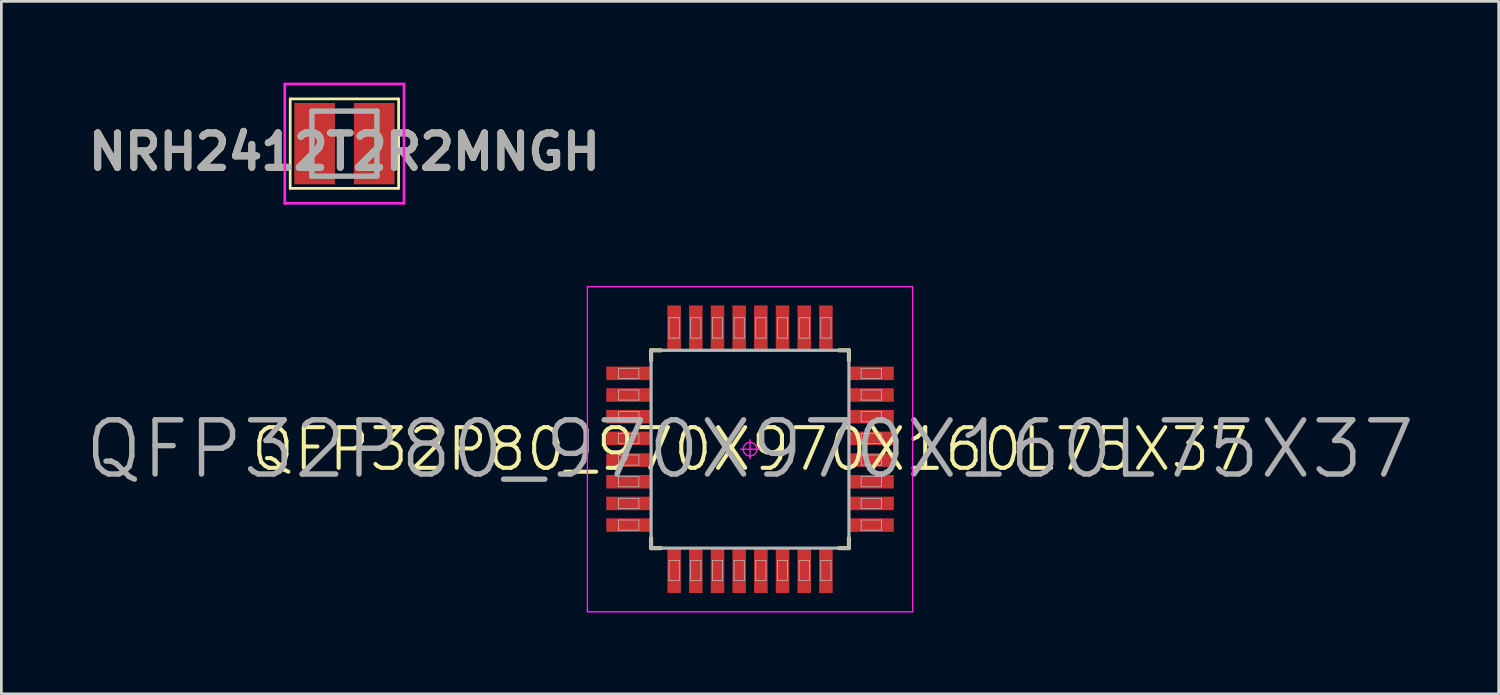
<source format=kicad_pcb>
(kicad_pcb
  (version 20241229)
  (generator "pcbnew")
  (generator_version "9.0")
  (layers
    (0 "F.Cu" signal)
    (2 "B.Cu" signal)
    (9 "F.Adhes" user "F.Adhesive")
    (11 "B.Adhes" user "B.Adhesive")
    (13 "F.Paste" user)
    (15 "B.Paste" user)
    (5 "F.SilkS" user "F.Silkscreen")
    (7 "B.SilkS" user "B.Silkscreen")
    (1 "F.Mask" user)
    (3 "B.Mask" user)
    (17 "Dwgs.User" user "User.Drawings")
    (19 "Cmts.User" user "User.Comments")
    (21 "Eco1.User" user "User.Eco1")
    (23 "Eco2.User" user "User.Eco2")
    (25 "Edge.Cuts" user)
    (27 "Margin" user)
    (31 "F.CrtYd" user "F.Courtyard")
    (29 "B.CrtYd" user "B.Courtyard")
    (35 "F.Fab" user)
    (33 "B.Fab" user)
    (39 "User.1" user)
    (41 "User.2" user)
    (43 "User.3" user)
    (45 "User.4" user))
  (footprint "NRH2412T2R2MNGH"
    (layer "F.Cu")
    (at 9.658 2.25)
    (property "Reference" "NRH2412T2R2MNGH" (at 0 0.3 0) (layer "F.SilkS") (effects (font (size 1.27 1.27) (thickness 0.254))))
    (attr smd)
    (fp_line (start -2 -1.65) (end 2 -1.65) (stroke (width 0.1) (type solid)) (layer "F.SilkS"))
    (fp_line (start -2 1.65) (end -2 -1.65) (stroke (width 0.1) (type solid)) (layer "F.SilkS"))
    (fp_line (start 2 -1.65) (end 2 1.65) (stroke (width 0.1) (type solid)) (layer "F.SilkS"))
    (fp_line (start 2 1.65) (end -2 1.65) (stroke (width 0.1) (type solid)) (layer "F.SilkS"))
    (fp_line (start -2.2 -2.2) (end 2.2 -2.2) (stroke (width 0.1) (type solid)) (layer "F.CrtYd"))
    (fp_line (start -2.2 2.2) (end -2.2 -2.2) (stroke (width 0.1) (type solid)) (layer "F.CrtYd"))
    (fp_line (start 2.2 -2.2) (end 2.2 2.2) (stroke (width 0.1) (type solid)) (layer "F.CrtYd"))
    (fp_line (start 2.2 2.2) (end -2.2 2.2) (stroke (width 0.1) (type solid)) (layer "F.CrtYd"))
    (fp_line (start -1.2 -1.2) (end 1.2 -1.2) (stroke (width 0.2) (type solid)) (layer "F.Fab"))
    (fp_line (start -1.2 1.2) (end -1.2 -1.2) (stroke (width 0.2) (type solid)) (layer "F.Fab"))
    (fp_line (start 1.2 -1.2) (end 1.2 1.2) (stroke (width 0.2) (type solid)) (layer "F.Fab"))
    (fp_line (start 1.2 1.2) (end -1.2 1.2) (stroke (width 0.2) (type solid)) (layer "F.Fab"))
    (fp_text user "${REFERENCE}" (at 0 0.3 0) (layer "F.Fab") (effects (font (size 1.27 1.27) (thickness 0.254))))
    (pad "1" smd rect (at -1.1 0) (size 1.5 3) (layers "F.Cu" "F.Mask" "F.Paste"))
    (pad "2" smd rect (at 1.1 0) (size 1.5 3) (layers "F.Cu" "F.Mask" "F.Paste")))
  (footprint "QFP32P80_970X970X160L75X37"
    (layer "F.Cu")
    (at 24.624 13.525)
    (property "Reference" "QFP32P80_970X970X160L75X37" (at 0 0 0) (layer "F.SilkS") (effects (font (size 1.5 1.5) (thickness 0.15))))
    (attr smd)
    (fp_line (start -3.65 -3.65) (end -3.28 -3.65) (stroke (width 0.15) (type solid)) (layer "F.SilkS"))
    (fp_line (start -3.65 -3.28) (end -3.65 -3.65) (stroke (width 0.15) (type solid)) (layer "F.SilkS"))
    (fp_line (start -3.65 3.28) (end -3.65 3.65) (stroke (width 0.15) (type solid)) (layer "F.SilkS"))
    (fp_line (start -3.65 3.65) (end -3.28 3.65) (stroke (width 0.15) (type solid)) (layer "F.SilkS"))
    (fp_line (start 3.65 -3.65) (end 3.28 -3.65) (stroke (width 0.15) (type solid)) (layer "F.SilkS"))
    (fp_line (start 3.65 -3.28) (end 3.65 -3.65) (stroke (width 0.15) (type solid)) (layer "F.SilkS"))
    (fp_line (start 3.65 3.28) (end 3.65 3.65) (stroke (width 0.15) (type solid)) (layer "F.SilkS"))
    (fp_line (start 3.65 3.65) (end 3.28 3.65) (stroke (width 0.15) (type solid)) (layer "F.SilkS"))
    (fp_line (start -4.85 -2.987) (end -4.1 -2.987) (stroke (width 0.025) (type solid)) (layer "Dwgs.User"))
    (fp_line (start -4.85 -2.612) (end -4.85 -2.987) (stroke (width 0.025) (type solid)) (layer "Dwgs.User"))
    (fp_line (start -4.85 -2.188) (end -4.1 -2.188) (stroke (width 0.025) (type solid)) (layer "Dwgs.User"))
    (fp_line (start -4.85 -1.812) (end -4.85 -2.188) (stroke (width 0.025) (type solid)) (layer "Dwgs.User"))
    (fp_line (start -4.85 -1.387) (end -4.1 -1.387) (stroke (width 0.025) (type solid)) (layer "Dwgs.User"))
    (fp_line (start -4.85 -1.012) (end -4.85 -1.387) (stroke (width 0.025) (type solid)) (layer "Dwgs.User"))
    (fp_line (start -4.85 -0.588) (end -4.1 -0.588) (stroke (width 0.025) (type solid)) (layer "Dwgs.User"))
    (fp_line (start -4.85 -0.212) (end -4.85 -0.588) (stroke (width 0.025) (type solid)) (layer "Dwgs.User"))
    (fp_line (start -4.85 0.212) (end -4.1 0.212) (stroke (width 0.025) (type solid)) (layer "Dwgs.User"))
    (fp_line (start -4.85 0.588) (end -4.85 0.212) (stroke (width 0.025) (type solid)) (layer "Dwgs.User"))
    (fp_line (start -4.85 1.012) (end -4.1 1.012) (stroke (width 0.025) (type solid)) (layer "Dwgs.User"))
    (fp_line (start -4.85 1.387) (end -4.85 1.012) (stroke (width 0.025) (type solid)) (layer "Dwgs.User"))
    (fp_line (start -4.85 1.812) (end -4.1 1.812) (stroke (width 0.025) (type solid)) (layer "Dwgs.User"))
    (fp_line (start -4.85 2.188) (end -4.85 1.812) (stroke (width 0.025) (type solid)) (layer "Dwgs.User"))
    (fp_line (start -4.85 2.612) (end -4.1 2.612) (stroke (width 0.025) (type solid)) (layer "Dwgs.User"))
    (fp_line (start -4.85 2.987) (end -4.85 2.612) (stroke (width 0.025) (type solid)) (layer "Dwgs.User"))
    (fp_line (start -4.1 -2.987) (end -4.1 -2.612) (stroke (width 0.025) (type solid)) (layer "Dwgs.User"))
    (fp_line (start -4.1 -2.612) (end -4.85 -2.612) (stroke (width 0.025) (type solid)) (layer "Dwgs.User"))
    (fp_line (start -4.1 -2.188) (end -4.1 -1.812) (stroke (width 0.025) (type solid)) (layer "Dwgs.User"))
    (fp_line (start -4.1 -1.812) (end -4.85 -1.812) (stroke (width 0.025) (type solid)) (layer "Dwgs.User"))
    (fp_line (start -4.1 -1.387) (end -4.1 -1.012) (stroke (width 0.025) (type solid)) (layer "Dwgs.User"))
    (fp_line (start -4.1 -1.012) (end -4.85 -1.012) (stroke (width 0.025) (type solid)) (layer "Dwgs.User"))
    (fp_line (start -4.1 -0.588) (end -4.1 -0.212) (stroke (width 0.025) (type solid)) (layer "Dwgs.User"))
    (fp_line (start -4.1 -0.212) (end -4.85 -0.212) (stroke (width 0.025) (type solid)) (layer "Dwgs.User"))
    (fp_line (start -4.1 0.212) (end -4.1 0.588) (stroke (width 0.025) (type solid)) (layer "Dwgs.User"))
    (fp_line (start -4.1 0.588) (end -4.85 0.588) (stroke (width 0.025) (type solid)) (layer "Dwgs.User"))
    (fp_line (start -4.1 1.012) (end -4.1 1.387) (stroke (width 0.025) (type solid)) (layer "Dwgs.User"))
    (fp_line (start -4.1 1.387) (end -4.85 1.387) (stroke (width 0.025) (type solid)) (layer "Dwgs.User"))
    (fp_line (start -4.1 1.812) (end -4.1 2.188) (stroke (width 0.025) (type solid)) (layer "Dwgs.User"))
    (fp_line (start -4.1 2.188) (end -4.85 2.188) (stroke (width 0.025) (type solid)) (layer "Dwgs.User"))
    (fp_line (start -4.1 2.612) (end -4.1 2.987) (stroke (width 0.025) (type solid)) (layer "Dwgs.User"))
    (fp_line (start -4.1 2.987) (end -4.85 2.987) (stroke (width 0.025) (type solid)) (layer "Dwgs.User"))
    (fp_line (start -3.65 -3.65) (end 3.65 -3.65) (stroke (width 0.025) (type solid)) (layer "Dwgs.User"))
    (fp_line (start -3.65 3.65) (end -3.65 -3.65) (stroke (width 0.025) (type solid)) (layer "Dwgs.User"))
    (fp_line (start -2.987 -4.85) (end -2.612 -4.85) (stroke (width 0.025) (type solid)) (layer "Dwgs.User"))
    (fp_line (start -2.987 -4.1) (end -2.987 -4.85) (stroke (width 0.025) (type solid)) (layer "Dwgs.User"))
    (fp_line (start -2.987 4.1) (end -2.612 4.1) (stroke (width 0.025) (type solid)) (layer "Dwgs.User"))
    (fp_line (start -2.987 4.85) (end -2.987 4.1) (stroke (width 0.025) (type solid)) (layer "Dwgs.User"))
    (fp_line (start -2.612 -4.85) (end -2.612 -4.1) (stroke (width 0.025) (type solid)) (layer "Dwgs.User"))
    (fp_line (start -2.612 -4.1) (end -2.987 -4.1) (stroke (width 0.025) (type solid)) (layer "Dwgs.User"))
    (fp_line (start -2.612 4.1) (end -2.612 4.85) (stroke (width 0.025) (type solid)) (layer "Dwgs.User"))
    (fp_line (start -2.612 4.85) (end -2.987 4.85) (stroke (width 0.025) (type solid)) (layer "Dwgs.User"))
    (fp_line (start -2.188 -4.85) (end -1.812 -4.85) (stroke (width 0.025) (type solid)) (layer "Dwgs.User"))
    (fp_line (start -2.188 -4.1) (end -2.188 -4.85) (stroke (width 0.025) (type solid)) (layer "Dwgs.User"))
    (fp_line (start -2.188 4.1) (end -1.812 4.1) (stroke (width 0.025) (type solid)) (layer "Dwgs.User"))
    (fp_line (start -2.188 4.85) (end -2.188 4.1) (stroke (width 0.025) (type solid)) (layer "Dwgs.User"))
    (fp_line (start -1.812 -4.85) (end -1.812 -4.1) (stroke (width 0.025) (type solid)) (layer "Dwgs.User"))
    (fp_line (start -1.812 -4.1) (end -2.188 -4.1) (stroke (width 0.025) (type solid)) (layer "Dwgs.User"))
    (fp_line (start -1.812 4.1) (end -1.812 4.85) (stroke (width 0.025) (type solid)) (layer "Dwgs.User"))
    (fp_line (start -1.812 4.85) (end -2.188 4.85) (stroke (width 0.025) (type solid)) (layer "Dwgs.User"))
    (fp_line (start -1.387 -4.85) (end -1.012 -4.85) (stroke (width 0.025) (type solid)) (layer "Dwgs.User"))
    (fp_line (start -1.387 -4.1) (end -1.387 -4.85) (stroke (width 0.025) (type solid)) (layer "Dwgs.User"))
    (fp_line (start -1.387 4.1) (end -1.012 4.1) (stroke (width 0.025) (type solid)) (layer "Dwgs.User"))
    (fp_line (start -1.387 4.85) (end -1.387 4.1) (stroke (width 0.025) (type solid)) (layer "Dwgs.User"))
    (fp_line (start -1.012 -4.85) (end -1.012 -4.1) (stroke (width 0.025) (type solid)) (layer "Dwgs.User"))
    (fp_line (start -1.012 -4.1) (end -1.387 -4.1) (stroke (width 0.025) (type solid)) (layer "Dwgs.User"))
    (fp_line (start -1.012 4.1) (end -1.012 4.85) (stroke (width 0.025) (type solid)) (layer "Dwgs.User"))
    (fp_line (start -1.012 4.85) (end -1.387 4.85) (stroke (width 0.025) (type solid)) (layer "Dwgs.User"))
    (fp_line (start -0.588 -4.85) (end -0.212 -4.85) (stroke (width 0.025) (type solid)) (layer "Dwgs.User"))
    (fp_line (start -0.588 -4.1) (end -0.588 -4.85) (stroke (width 0.025) (type solid)) (layer "Dwgs.User"))
    (fp_line (start -0.588 4.1) (end -0.212 4.1) (stroke (width 0.025) (type solid)) (layer "Dwgs.User"))
    (fp_line (start -0.588 4.85) (end -0.588 4.1) (stroke (width 0.025) (type solid)) (layer "Dwgs.User"))
    (fp_line (start -0.212 -4.85) (end -0.212 -4.1) (stroke (width 0.025) (type solid)) (layer "Dwgs.User"))
    (fp_line (start -0.212 -4.1) (end -0.588 -4.1) (stroke (width 0.025) (type solid)) (layer "Dwgs.User"))
    (fp_line (start -0.212 4.1) (end -0.212 4.85) (stroke (width 0.025) (type solid)) (layer "Dwgs.User"))
    (fp_line (start -0.212 4.85) (end -0.588 4.85) (stroke (width 0.025) (type solid)) (layer "Dwgs.User"))
    (fp_line (start 0.212 -4.85) (end 0.588 -4.85) (stroke (width 0.025) (type solid)) (layer "Dwgs.User"))
    (fp_line (start 0.212 -4.1) (end 0.212 -4.85) (stroke (width 0.025) (type solid)) (layer "Dwgs.User"))
    (fp_line (start 0.212 4.1) (end 0.588 4.1) (stroke (width 0.025) (type solid)) (layer "Dwgs.User"))
    (fp_line (start 0.212 4.85) (end 0.212 4.1) (stroke (width 0.025) (type solid)) (layer "Dwgs.User"))
    (fp_line (start 0.588 -4.85) (end 0.588 -4.1) (stroke (width 0.025) (type solid)) (layer "Dwgs.User"))
    (fp_line (start 0.588 -4.1) (end 0.212 -4.1) (stroke (width 0.025) (type solid)) (layer "Dwgs.User"))
    (fp_line (start 0.588 4.1) (end 0.588 4.85) (stroke (width 0.025) (type solid)) (layer "Dwgs.User"))
    (fp_line (start 0.588 4.85) (end 0.212 4.85) (stroke (width 0.025) (type solid)) (layer "Dwgs.User"))
    (fp_line (start 1.012 -4.85) (end 1.387 -4.85) (stroke (width 0.025) (type solid)) (layer "Dwgs.User"))
    (fp_line (start 1.012 -4.1) (end 1.012 -4.85) (stroke (width 0.025) (type solid)) (layer "Dwgs.User"))
    (fp_line (start 1.012 4.1) (end 1.387 4.1) (stroke (width 0.025) (type solid)) (layer "Dwgs.User"))
    (fp_line (start 1.012 4.85) (end 1.012 4.1) (stroke (width 0.025) (type solid)) (layer "Dwgs.User"))
    (fp_line (start 1.387 -4.85) (end 1.387 -4.1) (stroke (width 0.025) (type solid)) (layer "Dwgs.User"))
    (fp_line (start 1.387 -4.1) (end 1.012 -4.1) (stroke (width 0.025) (type solid)) (layer "Dwgs.User"))
    (fp_line (start 1.387 4.1) (end 1.387 4.85) (stroke (width 0.025) (type solid)) (layer "Dwgs.User"))
    (fp_line (start 1.387 4.85) (end 1.012 4.85) (stroke (width 0.025) (type solid)) (layer "Dwgs.User"))
    (fp_line (start 1.812 -4.85) (end 2.188 -4.85) (stroke (width 0.025) (type solid)) (layer "Dwgs.User"))
    (fp_line (start 1.812 -4.1) (end 1.812 -4.85) (stroke (width 0.025) (type solid)) (layer "Dwgs.User"))
    (fp_line (start 1.812 4.1) (end 2.188 4.1) (stroke (width 0.025) (type solid)) (layer "Dwgs.User"))
    (fp_line (start 1.812 4.85) (end 1.812 4.1) (stroke (width 0.025) (type solid)) (layer "Dwgs.User"))
    (fp_line (start 2.188 -4.85) (end 2.188 -4.1) (stroke (width 0.025) (type solid)) (layer "Dwgs.User"))
    (fp_line (start 2.188 -4.1) (end 1.812 -4.1) (stroke (width 0.025) (type solid)) (layer "Dwgs.User"))
    (fp_line (start 2.188 4.1) (end 2.188 4.85) (stroke (width 0.025) (type solid)) (layer "Dwgs.User"))
    (fp_line (start 2.188 4.85) (end 1.812 4.85) (stroke (width 0.025) (type solid)) (layer "Dwgs.User"))
    (fp_line (start 2.612 -4.85) (end 2.987 -4.85) (stroke (width 0.025) (type solid)) (layer "Dwgs.User"))
    (fp_line (start 2.612 -4.1) (end 2.612 -4.85) (stroke (width 0.025) (type solid)) (layer "Dwgs.User"))
    (fp_line (start 2.612 4.1) (end 2.987 4.1) (stroke (width 0.025) (type solid)) (layer "Dwgs.User"))
    (fp_line (start 2.612 4.85) (end 2.612 4.1) (stroke (width 0.025) (type solid)) (layer "Dwgs.User"))
    (fp_line (start 2.987 -4.85) (end 2.987 -4.1) (stroke (width 0.025) (type solid)) (layer "Dwgs.User"))
    (fp_line (start 2.987 -4.1) (end 2.612 -4.1) (stroke (width 0.025) (type solid)) (layer "Dwgs.User"))
    (fp_line (start 2.987 4.1) (end 2.987 4.85) (stroke (width 0.025) (type solid)) (layer "Dwgs.User"))
    (fp_line (start 2.987 4.85) (end 2.612 4.85) (stroke (width 0.025) (type solid)) (layer "Dwgs.User"))
    (fp_line (start 3.65 -3.65) (end 3.65 3.65) (stroke (width 0.025) (type solid)) (layer "Dwgs.User"))
    (fp_line (start 3.65 3.65) (end -3.65 3.65) (stroke (width 0.025) (type solid)) (layer "Dwgs.User"))
    (fp_line (start 4.1 -2.987) (end 4.85 -2.987) (stroke (width 0.025) (type solid)) (layer "Dwgs.User"))
    (fp_line (start 4.1 -2.612) (end 4.1 -2.987) (stroke (width 0.025) (type solid)) (layer "Dwgs.User"))
    (fp_line (start 4.1 -2.188) (end 4.85 -2.188) (stroke (width 0.025) (type solid)) (layer "Dwgs.User"))
    (fp_line (start 4.1 -1.812) (end 4.1 -2.188) (stroke (width 0.025) (type solid)) (layer "Dwgs.User"))
    (fp_line (start 4.1 -1.387) (end 4.85 -1.387) (stroke (width 0.025) (type solid)) (layer "Dwgs.User"))
    (fp_line (start 4.1 -1.012) (end 4.1 -1.387) (stroke (width 0.025) (type solid)) (layer "Dwgs.User"))
    (fp_line (start 4.1 -0.588) (end 4.85 -0.588) (stroke (width 0.025) (type solid)) (layer "Dwgs.User"))
    (fp_line (start 4.1 -0.212) (end 4.1 -0.588) (stroke (width 0.025) (type solid)) (layer "Dwgs.User"))
    (fp_line (start 4.1 0.212) (end 4.85 0.212) (stroke (width 0.025) (type solid)) (layer "Dwgs.User"))
    (fp_line (start 4.1 0.588) (end 4.1 0.212) (stroke (width 0.025) (type solid)) (layer "Dwgs.User"))
    (fp_line (start 4.1 1.012) (end 4.85 1.012) (stroke (width 0.025) (type solid)) (layer "Dwgs.User"))
    (fp_line (start 4.1 1.387) (end 4.1 1.012) (stroke (width 0.025) (type solid)) (layer "Dwgs.User"))
    (fp_line (start 4.1 1.812) (end 4.85 1.812) (stroke (width 0.025) (type solid)) (layer "Dwgs.User"))
    (fp_line (start 4.1 2.188) (end 4.1 1.812) (stroke (width 0.025) (type solid)) (layer "Dwgs.User"))
    (fp_line (start 4.1 2.612) (end 4.85 2.612) (stroke (width 0.025) (type solid)) (layer "Dwgs.User"))
    (fp_line (start 4.1 2.987) (end 4.1 2.612) (stroke (width 0.025) (type solid)) (layer "Dwgs.User"))
    (fp_line (start 4.85 -2.987) (end 4.85 -2.612) (stroke (width 0.025) (type solid)) (layer "Dwgs.User"))
    (fp_line (start 4.85 -2.612) (end 4.1 -2.612) (stroke (width 0.025) (type solid)) (layer "Dwgs.User"))
    (fp_line (start 4.85 -2.188) (end 4.85 -1.812) (stroke (width 0.025) (type solid)) (layer "Dwgs.User"))
    (fp_line (start 4.85 -1.812) (end 4.1 -1.812) (stroke (width 0.025) (type solid)) (layer "Dwgs.User"))
    (fp_line (start 4.85 -1.387) (end 4.85 -1.012) (stroke (width 0.025) (type solid)) (layer "Dwgs.User"))
    (fp_line (start 4.85 -1.012) (end 4.1 -1.012) (stroke (width 0.025) (type solid)) (layer "Dwgs.User"))
    (fp_line (start 4.85 -0.588) (end 4.85 -0.212) (stroke (width 0.025) (type solid)) (layer "Dwgs.User"))
    (fp_line (start 4.85 -0.212) (end 4.1 -0.212) (stroke (width 0.025) (type solid)) (layer "Dwgs.User"))
    (fp_line (start 4.85 0.212) (end 4.85 0.588) (stroke (width 0.025) (type solid)) (layer "Dwgs.User"))
    (fp_line (start 4.85 0.588) (end 4.1 0.588) (stroke (width 0.025) (type solid)) (layer "Dwgs.User"))
    (fp_line (start 4.85 1.012) (end 4.85 1.387) (stroke (width 0.025) (type solid)) (layer "Dwgs.User"))
    (fp_line (start 4.85 1.387) (end 4.1 1.387) (stroke (width 0.025) (type solid)) (layer "Dwgs.User"))
    (fp_line (start 4.85 1.812) (end 4.85 2.188) (stroke (width 0.025) (type solid)) (layer "Dwgs.User"))
    (fp_line (start 4.85 2.188) (end 4.1 2.188) (stroke (width 0.025) (type solid)) (layer "Dwgs.User"))
    (fp_line (start 4.85 2.612) (end 4.85 2.987) (stroke (width 0.025) (type solid)) (layer "Dwgs.User"))
    (fp_line (start 4.85 2.987) (end 4.1 2.987) (stroke (width 0.025) (type solid)) (layer "Dwgs.User"))
    (fp_line (start -6 -6) (end -6 6) (stroke (width 0.05) (type solid)) (layer "F.CrtYd"))
    (fp_line (start -6 6) (end 6 6) (stroke (width 0.05) (type solid)) (layer "F.CrtYd"))
    (fp_line (start 0 -0.35) (end 0 0.35) (stroke (width 0.05) (type solid)) (layer "F.CrtYd"))
    (fp_line (start 0.35 0) (end -0.35 0) (stroke (width 0.05) (type solid)) (layer "F.CrtYd"))
    (fp_line (start 6 -6) (end -6 -6) (stroke (width 0.05) (type solid)) (layer "F.CrtYd"))
    (fp_line (start 6 6) (end 6 -6) (stroke (width 0.05) (type solid)) (layer "F.CrtYd"))
    (fp_circle (center 0 0) (end 0 0.25) (stroke (width 0.05) (type solid)) (fill no) (layer "F.CrtYd"))
    (fp_line (start -3.65 -3.65) (end 3.65 -3.65) (stroke (width 0.12) (type solid)) (layer "F.Fab"))
    (fp_line (start -3.65 3.65) (end -3.65 -3.65) (stroke (width 0.12) (type solid)) (layer "F.Fab"))
    (fp_line (start 3.65 -3.65) (end 3.65 3.65) (stroke (width 0.12) (type solid)) (layer "F.Fab"))
    (fp_line (start 3.65 3.65) (end -3.65 3.65) (stroke (width 0.12) (type solid)) (layer "F.Fab"))
    (fp_text user "${REFERENCE}" (at 0 0 0) (layer "F.Fab") (effects (font (size 2 2) (thickness 0.2))))
    (pad "1" smd rect (at -4.475 -2.8) (size 1.66 0.5) (layers "F.Cu" "F.Mask" "F.Paste"))
    (pad "2" smd rect (at -4.475 -2) (size 1.66 0.5) (layers "F.Cu" "F.Mask" "F.Paste"))
    (pad "3" smd rect (at -4.475 -1.2) (size 1.66 0.5) (layers "F.Cu" "F.Mask" "F.Paste"))
    (pad "4" smd rect (at -4.475 -0.4) (size 1.66 0.5) (layers "F.Cu" "F.Mask" "F.Paste"))
    (pad "5" smd rect (at -4.475 0.4) (size 1.66 0.5) (layers "F.Cu" "F.Mask" "F.Paste"))
    (pad "6" smd rect (at -4.475 1.2) (size 1.66 0.5) (layers "F.Cu" "F.Mask" "F.Paste"))
    (pad "7" smd rect (at -4.475 2) (size 1.66 0.5) (layers "F.Cu" "F.Mask" "F.Paste"))
    (pad "8" smd rect (at -4.475 2.8) (size 1.66 0.5) (layers "F.Cu" "F.Mask" "F.Paste"))
    (pad "9" smd rect (at -2.8 4.475 90) (size 1.66 0.5) (layers "F.Cu" "F.Mask" "F.Paste"))
    (pad "10" smd rect (at -2 4.475 90) (size 1.66 0.5) (layers "F.Cu" "F.Mask" "F.Paste"))
    (pad "11" smd rect (at -1.2 4.475 90) (size 1.66 0.5) (layers "F.Cu" "F.Mask" "F.Paste"))
    (pad "12" smd rect (at -0.4 4.475 90) (size 1.66 0.5) (layers "F.Cu" "F.Mask" "F.Paste"))
    (pad "13" smd rect (at 0.4 4.475 90) (size 1.66 0.5) (layers "F.Cu" "F.Mask" "F.Paste"))
    (pad "14" smd rect (at 1.2 4.475 90) (size 1.66 0.5) (layers "F.Cu" "F.Mask" "F.Paste"))
    (pad "15" smd rect (at 2 4.475 90) (size 1.66 0.5) (layers "F.Cu" "F.Mask" "F.Paste"))
    (pad "16" smd rect (at 2.8 4.475 90) (size 1.66 0.5) (layers "F.Cu" "F.Mask" "F.Paste"))
    (pad "17" smd rect (at 4.475 2.8) (size 1.66 0.5) (layers "F.Cu" "F.Mask" "F.Paste"))
    (pad "18" smd rect (at 4.475 2) (size 1.66 0.5) (layers "F.Cu" "F.Mask" "F.Paste"))
    (pad "19" smd rect (at 4.475 1.2) (size 1.66 0.5) (layers "F.Cu" "F.Mask" "F.Paste"))
    (pad "20" smd rect (at 4.475 0.4) (size 1.66 0.5) (layers "F.Cu" "F.Mask" "F.Paste"))
    (pad "21" smd rect (at 4.475 -0.4) (size 1.66 0.5) (layers "F.Cu" "F.Mask" "F.Paste"))
    (pad "22" smd rect (at 4.475 -1.2) (size 1.66 0.5) (layers "F.Cu" "F.Mask" "F.Paste"))
    (pad "23" smd rect (at 4.475 -2) (size 1.66 0.5) (layers "F.Cu" "F.Mask" "F.Paste"))
    (pad "24" smd rect (at 4.475 -2.8) (size 1.66 0.5) (layers "F.Cu" "F.Mask" "F.Paste"))
    (pad "25" smd rect (at 2.8 -4.475 90) (size 1.66 0.5) (layers "F.Cu" "F.Mask" "F.Paste"))
    (pad "26" smd rect (at 2 -4.475 90) (size 1.66 0.5) (layers "F.Cu" "F.Mask" "F.Paste"))
    (pad "27" smd rect (at 1.2 -4.475 90) (size 1.66 0.5) (layers "F.Cu" "F.Mask" "F.Paste"))
    (pad "28" smd rect (at 0.4 -4.475 90) (size 1.66 0.5) (layers "F.Cu" "F.Mask" "F.Paste"))
    (pad "29" smd rect (at -0.4 -4.475 90) (size 1.66 0.5) (layers "F.Cu" "F.Mask" "F.Paste"))
    (pad "30" smd rect (at -1.2 -4.475 90) (size 1.66 0.5) (layers "F.Cu" "F.Mask" "F.Paste"))
    (pad "31" smd rect (at -2 -4.475 90) (size 1.66 0.5) (layers "F.Cu" "F.Mask" "F.Paste"))
    (pad "32" smd rect (at -2.8 -4.475 90) (size 1.66 0.5) (layers "F.Cu" "F.Mask" "F.Paste")))
  (gr_rect
    (start -3 -3)
    (end 52.248 22.55)
    (stroke (width 0.1) (type default))
    (fill no)
    (layer "Edge.Cuts")))
</source>
